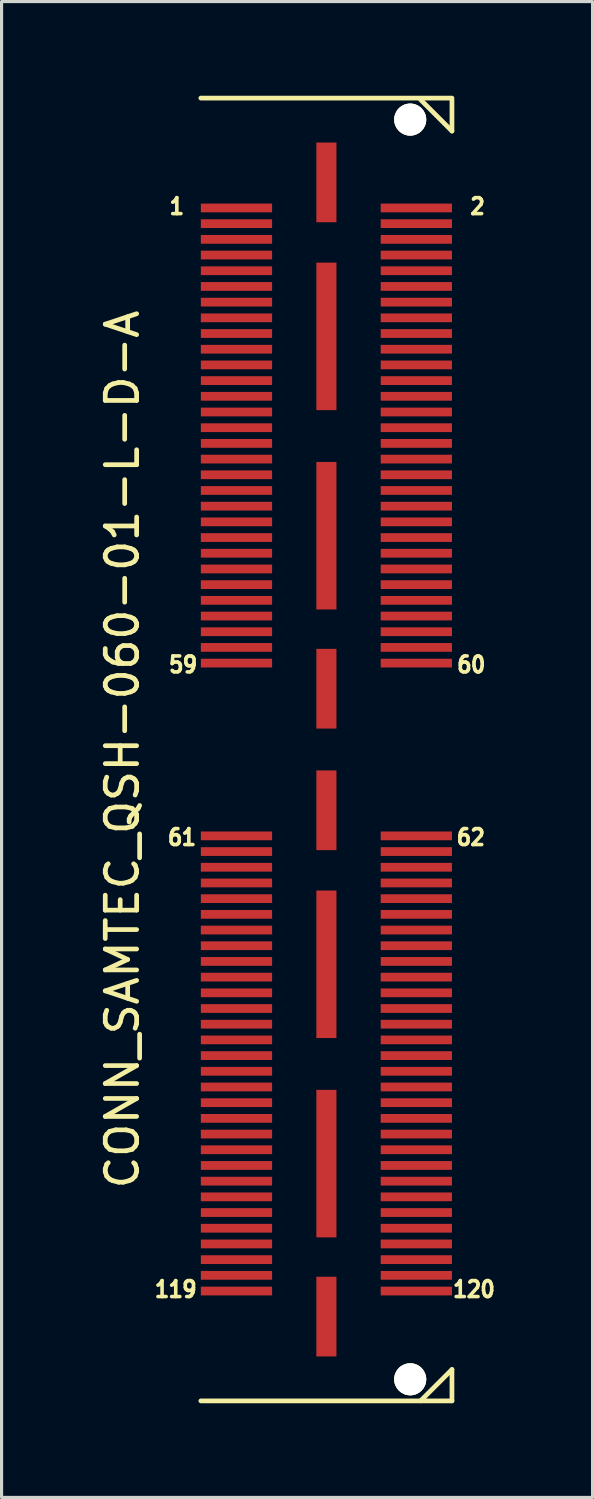
<source format=kicad_pcb>
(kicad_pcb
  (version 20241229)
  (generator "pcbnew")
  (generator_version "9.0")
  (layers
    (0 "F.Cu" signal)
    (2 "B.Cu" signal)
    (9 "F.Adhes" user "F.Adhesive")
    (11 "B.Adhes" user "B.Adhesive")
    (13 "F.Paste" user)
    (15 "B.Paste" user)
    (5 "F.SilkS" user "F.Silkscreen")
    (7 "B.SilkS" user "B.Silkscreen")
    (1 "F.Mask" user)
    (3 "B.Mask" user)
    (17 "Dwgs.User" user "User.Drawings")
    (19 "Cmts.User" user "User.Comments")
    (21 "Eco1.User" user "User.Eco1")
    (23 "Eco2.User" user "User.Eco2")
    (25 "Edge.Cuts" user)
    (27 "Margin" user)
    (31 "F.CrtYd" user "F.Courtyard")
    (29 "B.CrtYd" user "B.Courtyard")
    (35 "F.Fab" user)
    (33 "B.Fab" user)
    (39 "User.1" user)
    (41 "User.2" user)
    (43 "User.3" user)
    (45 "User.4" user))
  (footprint "CONN_SAMTEC_QSH-060-01-L-D-A"
    (layer "F.Cu")
    (at 7.348 20.825)
    (property "Reference" "CONN_SAMTEC_QSH-060-01-L-D-A" (at -6.5 0 90) (layer "F.SilkS") (effects (font (size 1 1) (thickness 0.15))))
    (attr through_hole)
    (fp_line (start -4 -20.75) (end 4 -20.75) (stroke (width 0.15) (type solid)) (layer "F.SilkS"))
    (fp_line (start 3 -20.7) (end 4 -19.7) (stroke (width 0.15) (type solid)) (layer "F.SilkS"))
    (fp_line (start 3 20.753) (end 4 19.753) (stroke (width 0.15) (type solid)) (layer "F.SilkS"))
    (fp_line (start 4 -20.7) (end 4 -20.7) (stroke (width 0.1) (type solid)) (layer "F.SilkS"))
    (fp_line (start 4 -19.7) (end 4 -20.7) (stroke (width 0.15) (type solid)) (layer "F.SilkS"))
    (fp_line (start 4 19.753) (end 4 20.753) (stroke (width 0.15) (type solid)) (layer "F.SilkS"))
    (fp_line (start 4 20.753) (end -4 20.753) (stroke (width 0.15) (type solid)) (layer "F.SilkS"))
    (fp_text user "1" (at -4.765 -17.3 0) (layer "F.SilkS") (effects (font (size 0.508 0.457) (thickness 0.114))))
    (fp_text user "59" (at -4.565 -2.7 0) (layer "F.SilkS") (effects (font (size 0.508 0.457) (thickness 0.114))))
    (fp_text user "60" (at 4.615 -2.7 0) (layer "F.SilkS") (effects (font (size 0.508 0.457) (thickness 0.114))))
    (fp_text user "120" (at 4.7 17.2 0) (layer "F.SilkS") (effects (font (size 0.508 0.457) (thickness 0.114))))
    (fp_text user "119" (at -4.8 17.2 0) (layer "F.SilkS") (effects (font (size 0.508 0.457) (thickness 0.114))))
    (fp_text user "62" (at 4.6 2.8 0) (layer "F.SilkS") (effects (font (size 0.508 0.457) (thickness 0.114))))
    (fp_text user "61" (at -4.6 2.8 0) (layer "F.SilkS") (effects (font (size 0.508 0.457) (thickness 0.114))))
    (fp_text user "2" (at 4.815 -17.3 0) (layer "F.SilkS") (effects (font (size 0.508 0.457) (thickness 0.114))))
    (pad "" thru_hole circle (at 2.67 -20.065) (size 1.02 1.02) (drill 1.02) (layers "*.Cu" "*.Mask" "F.SilkS"))
    (pad "" thru_hole circle (at 2.67 20.065) (size 1.02 1.02) (drill 1.02) (layers "*.Cu" "*.Mask" "F.SilkS"))
    (pad "1" smd rect (at -2.865 -17.25) (size 2.27 0.279) (layers "F.Cu" "F.Mask" "F.Paste"))
    (pad "2" smd rect (at 2.865 -17.25) (size 2.27 0.279) (layers "F.Cu" "F.Mask" "F.Paste"))
    (pad "3" smd rect (at -2.865 -16.75) (size 2.27 0.279) (layers "F.Cu" "F.Mask" "F.Paste"))
    (pad "4" smd rect (at 2.865 -16.75) (size 2.27 0.279) (layers "F.Cu" "F.Mask" "F.Paste"))
    (pad "5" smd rect (at -2.865 -16.25) (size 2.27 0.279) (layers "F.Cu" "F.Mask" "F.Paste"))
    (pad "6" smd rect (at 2.865 -16.25) (size 2.27 0.279) (layers "F.Cu" "F.Mask" "F.Paste"))
    (pad "7" smd rect (at -2.865 -15.75) (size 2.27 0.279) (layers "F.Cu" "F.Mask" "F.Paste"))
    (pad "8" smd rect (at 2.865 -15.75) (size 2.27 0.279) (layers "F.Cu" "F.Mask" "F.Paste"))
    (pad "9" smd rect (at -2.865 -15.25) (size 2.27 0.279) (layers "F.Cu" "F.Mask" "F.Paste"))
    (pad "10" smd rect (at 2.865 -15.25) (size 2.27 0.279) (layers "F.Cu" "F.Mask" "F.Paste"))
    (pad "11" smd rect (at -2.865 -14.75) (size 2.27 0.279) (layers "F.Cu" "F.Mask" "F.Paste"))
    (pad "12" smd rect (at 2.865 -14.75) (size 2.27 0.279) (layers "F.Cu" "F.Mask" "F.Paste"))
    (pad "13" smd rect (at -2.865 -14.25) (size 2.27 0.279) (layers "F.Cu" "F.Mask" "F.Paste"))
    (pad "14" smd rect (at 2.865 -14.25) (size 2.27 0.279) (layers "F.Cu" "F.Mask" "F.Paste"))
    (pad "15" smd rect (at -2.865 -13.75) (size 2.27 0.279) (layers "F.Cu" "F.Mask" "F.Paste"))
    (pad "16" smd rect (at 2.865 -13.75) (size 2.27 0.279) (layers "F.Cu" "F.Mask" "F.Paste"))
    (pad "17" smd rect (at -2.865 -13.25) (size 2.27 0.279) (layers "F.Cu" "F.Mask" "F.Paste"))
    (pad "18" smd rect (at 2.865 -13.25) (size 2.27 0.279) (layers "F.Cu" "F.Mask" "F.Paste"))
    (pad "19" smd rect (at -2.865 -12.75) (size 2.27 0.279) (layers "F.Cu" "F.Mask" "F.Paste"))
    (pad "20" smd rect (at 2.865 -12.75) (size 2.27 0.279) (layers "F.Cu" "F.Mask" "F.Paste"))
    (pad "21" smd rect (at -2.865 -12.25) (size 2.27 0.279) (layers "F.Cu" "F.Mask" "F.Paste"))
    (pad "22" smd rect (at 2.865 -12.25) (size 2.27 0.279) (layers "F.Cu" "F.Mask" "F.Paste"))
    (pad "23" smd rect (at -2.865 -11.75) (size 2.27 0.279) (layers "F.Cu" "F.Mask" "F.Paste"))
    (pad "24" smd rect (at 2.865 -11.75) (size 2.27 0.279) (layers "F.Cu" "F.Mask" "F.Paste"))
    (pad "25" smd rect (at -2.865 -11.25) (size 2.27 0.279) (layers "F.Cu" "F.Mask" "F.Paste"))
    (pad "26" smd rect (at 2.865 -11.25) (size 2.27 0.279) (layers "F.Cu" "F.Mask" "F.Paste"))
    (pad "27" smd rect (at -2.865 -10.75) (size 2.27 0.279) (layers "F.Cu" "F.Mask" "F.Paste"))
    (pad "28" smd rect (at 2.865 -10.75) (size 2.27 0.279) (layers "F.Cu" "F.Mask" "F.Paste"))
    (pad "29" smd rect (at -2.865 -10.25) (size 2.27 0.279) (layers "F.Cu" "F.Mask" "F.Paste"))
    (pad "30" smd rect (at 2.865 -10.25) (size 2.27 0.279) (layers "F.Cu" "F.Mask" "F.Paste"))
    (pad "31" smd rect (at -2.865 -9.75) (size 2.27 0.279) (layers "F.Cu" "F.Mask" "F.Paste"))
    (pad "32" smd rect (at 2.865 -9.75) (size 2.27 0.279) (layers "F.Cu" "F.Mask" "F.Paste"))
    (pad "33" smd rect (at -2.865 -9.25) (size 2.27 0.279) (layers "F.Cu" "F.Mask" "F.Paste"))
    (pad "34" smd rect (at 2.865 -9.25) (size 2.27 0.279) (layers "F.Cu" "F.Mask" "F.Paste"))
    (pad "35" smd rect (at -2.865 -8.75) (size 2.27 0.279) (layers "F.Cu" "F.Mask" "F.Paste"))
    (pad "36" smd rect (at 2.865 -8.75) (size 2.27 0.279) (layers "F.Cu" "F.Mask" "F.Paste"))
    (pad "37" smd rect (at -2.865 -8.25) (size 2.27 0.279) (layers "F.Cu" "F.Mask" "F.Paste"))
    (pad "38" smd rect (at 2.865 -8.25) (size 2.27 0.279) (layers "F.Cu" "F.Mask" "F.Paste"))
    (pad "39" smd rect (at -2.865 -7.75) (size 2.27 0.279) (layers "F.Cu" "F.Mask" "F.Paste"))
    (pad "40" smd rect (at 2.865 -7.75) (size 2.27 0.279) (layers "F.Cu" "F.Mask" "F.Paste"))
    (pad "41" smd rect (at -2.865 -7.25) (size 2.27 0.279) (layers "F.Cu" "F.Mask" "F.Paste"))
    (pad "42" smd rect (at 2.865 -7.25) (size 2.27 0.279) (layers "F.Cu" "F.Mask" "F.Paste"))
    (pad "43" smd rect (at -2.865 -6.75) (size 2.27 0.279) (layers "F.Cu" "F.Mask" "F.Paste"))
    (pad "44" smd rect (at 2.865 -6.75) (size 2.27 0.279) (layers "F.Cu" "F.Mask" "F.Paste"))
    (pad "45" smd rect (at -2.865 -6.25) (size 2.27 0.279) (layers "F.Cu" "F.Mask" "F.Paste"))
    (pad "46" smd rect (at 2.865 -6.25) (size 2.27 0.279) (layers "F.Cu" "F.Mask" "F.Paste"))
    (pad "47" smd rect (at -2.865 -5.75) (size 2.27 0.279) (layers "F.Cu" "F.Mask" "F.Paste"))
    (pad "48" smd rect (at 2.865 -5.75) (size 2.27 0.279) (layers "F.Cu" "F.Mask" "F.Paste"))
    (pad "49" smd rect (at -2.865 -5.25) (size 2.27 0.279) (layers "F.Cu" "F.Mask" "F.Paste"))
    (pad "50" smd rect (at 2.865 -5.25) (size 2.27 0.279) (layers "F.Cu" "F.Mask" "F.Paste"))
    (pad "51" smd rect (at -2.865 -4.75) (size 2.27 0.279) (layers "F.Cu" "F.Mask" "F.Paste"))
    (pad "52" smd rect (at 2.865 -4.75) (size 2.27 0.279) (layers "F.Cu" "F.Mask" "F.Paste"))
    (pad "53" smd rect (at -2.865 -4.25) (size 2.27 0.279) (layers "F.Cu" "F.Mask" "F.Paste"))
    (pad "54" smd rect (at 2.865 -4.25) (size 2.27 0.279) (layers "F.Cu" "F.Mask" "F.Paste"))
    (pad "55" smd rect (at -2.865 -3.75) (size 2.27 0.279) (layers "F.Cu" "F.Mask" "F.Paste"))
    (pad "56" smd rect (at 2.865 -3.75) (size 2.27 0.279) (layers "F.Cu" "F.Mask" "F.Paste"))
    (pad "57" smd rect (at -2.865 -3.25) (size 2.27 0.279) (layers "F.Cu" "F.Mask" "F.Paste"))
    (pad "58" smd rect (at 2.865 -3.25) (size 2.27 0.279) (layers "F.Cu" "F.Mask" "F.Paste"))
    (pad "59" smd rect (at -2.865 -2.75) (size 2.27 0.279) (layers "F.Cu" "F.Mask" "F.Paste"))
    (pad "60" smd rect (at 2.865 -2.75) (size 2.27 0.279) (layers "F.Cu" "F.Mask" "F.Paste"))
    (pad "61" smd rect (at -2.865 2.753) (size 2.27 0.279) (layers "F.Cu" "F.Mask" "F.Paste"))
    (pad "62" smd rect (at 2.865 2.753) (size 2.27 0.279) (layers "F.Cu" "F.Mask" "F.Paste"))
    (pad "63" smd rect (at -2.865 3.253) (size 2.27 0.279) (layers "F.Cu" "F.Mask" "F.Paste"))
    (pad "64" smd rect (at 2.865 3.253) (size 2.27 0.279) (layers "F.Cu" "F.Mask" "F.Paste"))
    (pad "65" smd rect (at -2.865 3.753) (size 2.27 0.279) (layers "F.Cu" "F.Mask" "F.Paste"))
    (pad "66" smd rect (at 2.865 3.753) (size 2.27 0.279) (layers "F.Cu" "F.Mask" "F.Paste"))
    (pad "67" smd rect (at -2.865 4.253) (size 2.27 0.279) (layers "F.Cu" "F.Mask" "F.Paste"))
    (pad "68" smd rect (at 2.865 4.253) (size 2.27 0.279) (layers "F.Cu" "F.Mask" "F.Paste"))
    (pad "69" smd rect (at -2.865 4.753) (size 2.27 0.279) (layers "F.Cu" "F.Mask" "F.Paste"))
    (pad "70" smd rect (at 2.865 4.753) (size 2.27 0.279) (layers "F.Cu" "F.Mask" "F.Paste"))
    (pad "71" smd rect (at -2.865 5.253) (size 2.27 0.279) (layers "F.Cu" "F.Mask" "F.Paste"))
    (pad "72" smd rect (at 2.865 5.253) (size 2.27 0.279) (layers "F.Cu" "F.Mask" "F.Paste"))
    (pad "73" smd rect (at -2.865 5.753) (size 2.27 0.279) (layers "F.Cu" "F.Mask" "F.Paste"))
    (pad "74" smd rect (at 2.865 5.753) (size 2.27 0.279) (layers "F.Cu" "F.Mask" "F.Paste"))
    (pad "75" smd rect (at -2.865 6.253) (size 2.27 0.279) (layers "F.Cu" "F.Mask" "F.Paste"))
    (pad "76" smd rect (at 2.865 6.253) (size 2.27 0.279) (layers "F.Cu" "F.Mask" "F.Paste"))
    (pad "77" smd rect (at -2.865 6.753) (size 2.27 0.279) (layers "F.Cu" "F.Mask" "F.Paste"))
    (pad "78" smd rect (at 2.865 6.753) (size 2.27 0.279) (layers "F.Cu" "F.Mask" "F.Paste"))
    (pad "79" smd rect (at -2.865 7.253) (size 2.27 0.279) (layers "F.Cu" "F.Mask" "F.Paste"))
    (pad "80" smd rect (at 2.865 7.253) (size 2.27 0.279) (layers "F.Cu" "F.Mask" "F.Paste"))
    (pad "81" smd rect (at -2.865 7.753) (size 2.27 0.279) (layers "F.Cu" "F.Mask" "F.Paste"))
    (pad "82" smd rect (at 2.865 7.753) (size 2.27 0.279) (layers "F.Cu" "F.Mask" "F.Paste"))
    (pad "83" smd rect (at -2.865 8.253) (size 2.27 0.279) (layers "F.Cu" "F.Mask" "F.Paste"))
    (pad "84" smd rect (at 2.865 8.253) (size 2.27 0.279) (layers "F.Cu" "F.Mask" "F.Paste"))
    (pad "85" smd rect (at -2.865 8.753) (size 2.27 0.279) (layers "F.Cu" "F.Mask" "F.Paste"))
    (pad "86" smd rect (at 2.865 8.753) (size 2.27 0.279) (layers "F.Cu" "F.Mask" "F.Paste"))
    (pad "87" smd rect (at -2.865 9.253) (size 2.27 0.279) (layers "F.Cu" "F.Mask" "F.Paste"))
    (pad "88" smd rect (at 2.865 9.253) (size 2.27 0.279) (layers "F.Cu" "F.Mask" "F.Paste"))
    (pad "89" smd rect (at -2.865 9.753) (size 2.27 0.279) (layers "F.Cu" "F.Mask" "F.Paste"))
    (pad "90" smd rect (at 2.865 9.753) (size 2.27 0.279) (layers "F.Cu" "F.Mask" "F.Paste"))
    (pad "91" smd rect (at -2.865 10.253) (size 2.27 0.279) (layers "F.Cu" "F.Mask" "F.Paste"))
    (pad "92" smd rect (at 2.865 10.253) (size 2.27 0.279) (layers "F.Cu" "F.Mask" "F.Paste"))
    (pad "93" smd rect (at -2.865 10.753) (size 2.27 0.279) (layers "F.Cu" "F.Mask" "F.Paste"))
    (pad "94" smd rect (at 2.865 10.753) (size 2.27 0.279) (layers "F.Cu" "F.Mask" "F.Paste"))
    (pad "95" smd rect (at -2.865 11.253) (size 2.27 0.279) (layers "F.Cu" "F.Mask" "F.Paste"))
    (pad "96" smd rect (at 2.865 11.253) (size 2.27 0.279) (layers "F.Cu" "F.Mask" "F.Paste"))
    (pad "97" smd rect (at -2.865 11.753) (size 2.27 0.279) (layers "F.Cu" "F.Mask" "F.Paste"))
    (pad "98" smd rect (at 2.865 11.753) (size 2.27 0.279) (layers "F.Cu" "F.Mask" "F.Paste"))
    (pad "99" smd rect (at -2.865 12.253) (size 2.27 0.279) (layers "F.Cu" "F.Mask" "F.Paste"))
    (pad "100" smd rect (at 2.865 12.253) (size 2.27 0.279) (layers "F.Cu" "F.Mask" "F.Paste"))
    (pad "101" smd rect (at -2.865 12.753) (size 2.27 0.279) (layers "F.Cu" "F.Mask" "F.Paste"))
    (pad "102" smd rect (at 2.865 12.753) (size 2.27 0.279) (layers "F.Cu" "F.Mask" "F.Paste"))
    (pad "103" smd rect (at -2.865 13.253) (size 2.27 0.279) (layers "F.Cu" "F.Mask" "F.Paste"))
    (pad "104" smd rect (at 2.865 13.253) (size 2.27 0.279) (layers "F.Cu" "F.Mask" "F.Paste"))
    (pad "105" smd rect (at -2.865 13.753) (size 2.27 0.279) (layers "F.Cu" "F.Mask" "F.Paste"))
    (pad "106" smd rect (at 2.865 13.753) (size 2.27 0.279) (layers "F.Cu" "F.Mask" "F.Paste"))
    (pad "107" smd rect (at -2.865 14.253) (size 2.27 0.279) (layers "F.Cu" "F.Mask" "F.Paste"))
    (pad "108" smd rect (at 2.865 14.253) (size 2.27 0.279) (layers "F.Cu" "F.Mask" "F.Paste"))
    (pad "109" smd rect (at -2.865 14.753) (size 2.27 0.279) (layers "F.Cu" "F.Mask" "F.Paste"))
    (pad "110" smd rect (at 2.865 14.753) (size 2.27 0.279) (layers "F.Cu" "F.Mask" "F.Paste"))
    (pad "111" smd rect (at -2.865 15.253) (size 2.27 0.279) (layers "F.Cu" "F.Mask" "F.Paste"))
    (pad "112" smd rect (at 2.865 15.253) (size 2.27 0.279) (layers "F.Cu" "F.Mask" "F.Paste"))
    (pad "113" smd rect (at -2.865 15.753) (size 2.27 0.279) (layers "F.Cu" "F.Mask" "F.Paste"))
    (pad "114" smd rect (at 2.865 15.753) (size 2.27 0.279) (layers "F.Cu" "F.Mask" "F.Paste"))
    (pad "115" smd rect (at -2.865 16.253) (size 2.27 0.279) (layers "F.Cu" "F.Mask" "F.Paste"))
    (pad "116" smd rect (at 2.865 16.253) (size 2.27 0.279) (layers "F.Cu" "F.Mask" "F.Paste"))
    (pad "117" smd rect (at -2.865 16.753) (size 2.27 0.279) (layers "F.Cu" "F.Mask" "F.Paste"))
    (pad "118" smd rect (at 2.865 16.753) (size 2.27 0.279) (layers "F.Cu" "F.Mask" "F.Paste"))
    (pad "119" smd rect (at -2.865 17.253) (size 2.27 0.279) (layers "F.Cu" "F.Mask" "F.Paste"))
    (pad "120" smd rect (at 2.865 17.253) (size 2.27 0.279) (layers "F.Cu" "F.Mask" "F.Paste"))
    (pad "121" smd rect (at 0 -18.065) (size 0.64 2.54) (layers "F.Cu" "F.Mask" "F.Paste"))
    (pad "122" smd rect (at 0 -13.159) (size 0.64 4.7) (layers "F.Cu" "F.Mask" "F.Paste"))
    (pad "123" smd rect (at 0 -6.809) (size 0.64 4.7) (layers "F.Cu" "F.Mask" "F.Paste"))
    (pad "124" smd rect (at 0 -1.935) (size 0.64 2.54) (layers "F.Cu" "F.Mask" "F.Paste"))
    (pad "125" smd rect (at 0 1.938) (size 0.64 2.54) (layers "F.Cu" "F.Mask" "F.Paste"))
    (pad "126" smd rect (at 0 6.844) (size 0.64 4.7) (layers "F.Cu" "F.Mask" "F.Paste"))
    (pad "127" smd rect (at 0 13.194) (size 0.64 4.7) (layers "F.Cu" "F.Mask" "F.Paste"))
    (pad "128" smd rect (at 0 18.068) (size 0.64 2.54) (layers "F.Cu" "F.Mask" "F.Paste")))
  (gr_rect
    (start -3 -3)
    (end 15.827 44.653)
    (stroke (width 0.1) (type default))
    (fill no)
    (layer "Edge.Cuts")))
</source>
